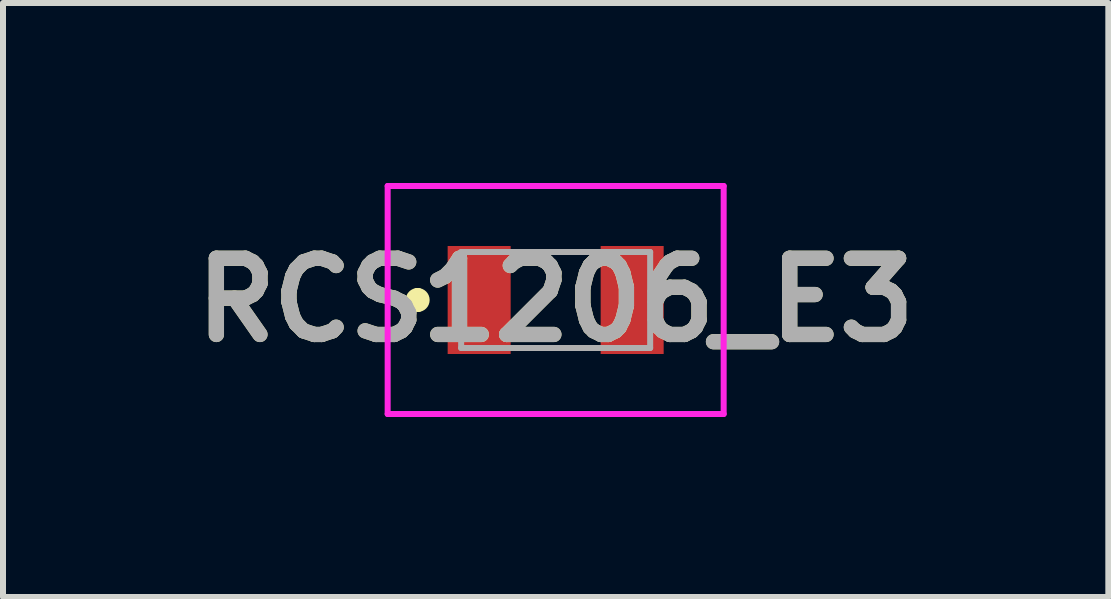
<source format=kicad_pcb>
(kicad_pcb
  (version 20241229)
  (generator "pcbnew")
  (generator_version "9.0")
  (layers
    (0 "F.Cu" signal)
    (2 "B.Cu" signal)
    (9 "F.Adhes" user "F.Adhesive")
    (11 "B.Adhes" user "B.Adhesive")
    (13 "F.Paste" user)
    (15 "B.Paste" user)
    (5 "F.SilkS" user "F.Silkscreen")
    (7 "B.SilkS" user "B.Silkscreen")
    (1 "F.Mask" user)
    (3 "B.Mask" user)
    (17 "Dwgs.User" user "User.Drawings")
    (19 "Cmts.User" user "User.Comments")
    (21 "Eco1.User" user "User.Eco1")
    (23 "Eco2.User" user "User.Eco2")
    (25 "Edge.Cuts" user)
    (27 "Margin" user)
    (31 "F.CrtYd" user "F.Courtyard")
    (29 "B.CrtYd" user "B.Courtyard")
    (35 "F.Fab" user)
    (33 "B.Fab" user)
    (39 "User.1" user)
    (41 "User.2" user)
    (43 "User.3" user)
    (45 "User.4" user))
  (footprint "RCS1206_E3"
    (layer "F.Cu")
    (at 6.211 1.95)
    (property "Reference" "RCS1206_E3" (at 0 0 0) (layer "F.SilkS") (effects (font (size 1.27 1.27) (thickness 0.254))))
    (attr smd)
    (fp_line (start -2.3 -0.1) (end -2.3 -0.1) (stroke (width 0.2) (type solid)) (layer "F.SilkS"))
    (fp_line (start -2.3 0.1) (end -2.3 0.1) (stroke (width 0.2) (type solid)) (layer "F.SilkS"))
    (fp_arc (start -2.3 -0.1) (mid -2.2 0) (end -2.3 0.1) (stroke (width 0.2) (type solid)) (layer "F.SilkS"))
    (fp_arc (start -2.3 0.1) (mid -2.4 0) (end -2.3 -0.1) (stroke (width 0.2) (type solid)) (layer "F.SilkS"))
    (fp_line (start -2.8 -1.9) (end 2.8 -1.9) (stroke (width 0.1) (type solid)) (layer "F.CrtYd"))
    (fp_line (start -2.8 1.9) (end -2.8 -1.9) (stroke (width 0.1) (type solid)) (layer "F.CrtYd"))
    (fp_line (start 2.8 -1.9) (end 2.8 1.9) (stroke (width 0.1) (type solid)) (layer "F.CrtYd"))
    (fp_line (start 2.8 1.9) (end -2.8 1.9) (stroke (width 0.1) (type solid)) (layer "F.CrtYd"))
    (fp_line (start -1.575 -0.8) (end 1.575 -0.8) (stroke (width 0.1) (type solid)) (layer "F.Fab"))
    (fp_line (start -1.575 0.8) (end -1.575 -0.8) (stroke (width 0.1) (type solid)) (layer "F.Fab"))
    (fp_line (start 1.575 -0.8) (end 1.575 0.8) (stroke (width 0.1) (type solid)) (layer "F.Fab"))
    (fp_line (start 1.575 0.8) (end -1.575 0.8) (stroke (width 0.1) (type solid)) (layer "F.Fab"))
    (fp_text user "${REFERENCE}" (at 0 0 0) (layer "F.Fab") (effects (font (size 1.27 1.27) (thickness 0.254))))
    (pad "1" smd rect (at -1.275 0) (size 1.05 1.8) (layers "F.Cu" "F.Mask" "F.Paste"))
    (pad "2" smd rect (at 1.275 0) (size 1.05 1.8) (layers "F.Cu" "F.Mask" "F.Paste")))
  (gr_rect
    (start -3 -3)
    (end 15.422 6.9)
    (stroke (width 0.1) (type default))
    (fill no)
    (layer "Edge.Cuts")))
</source>
